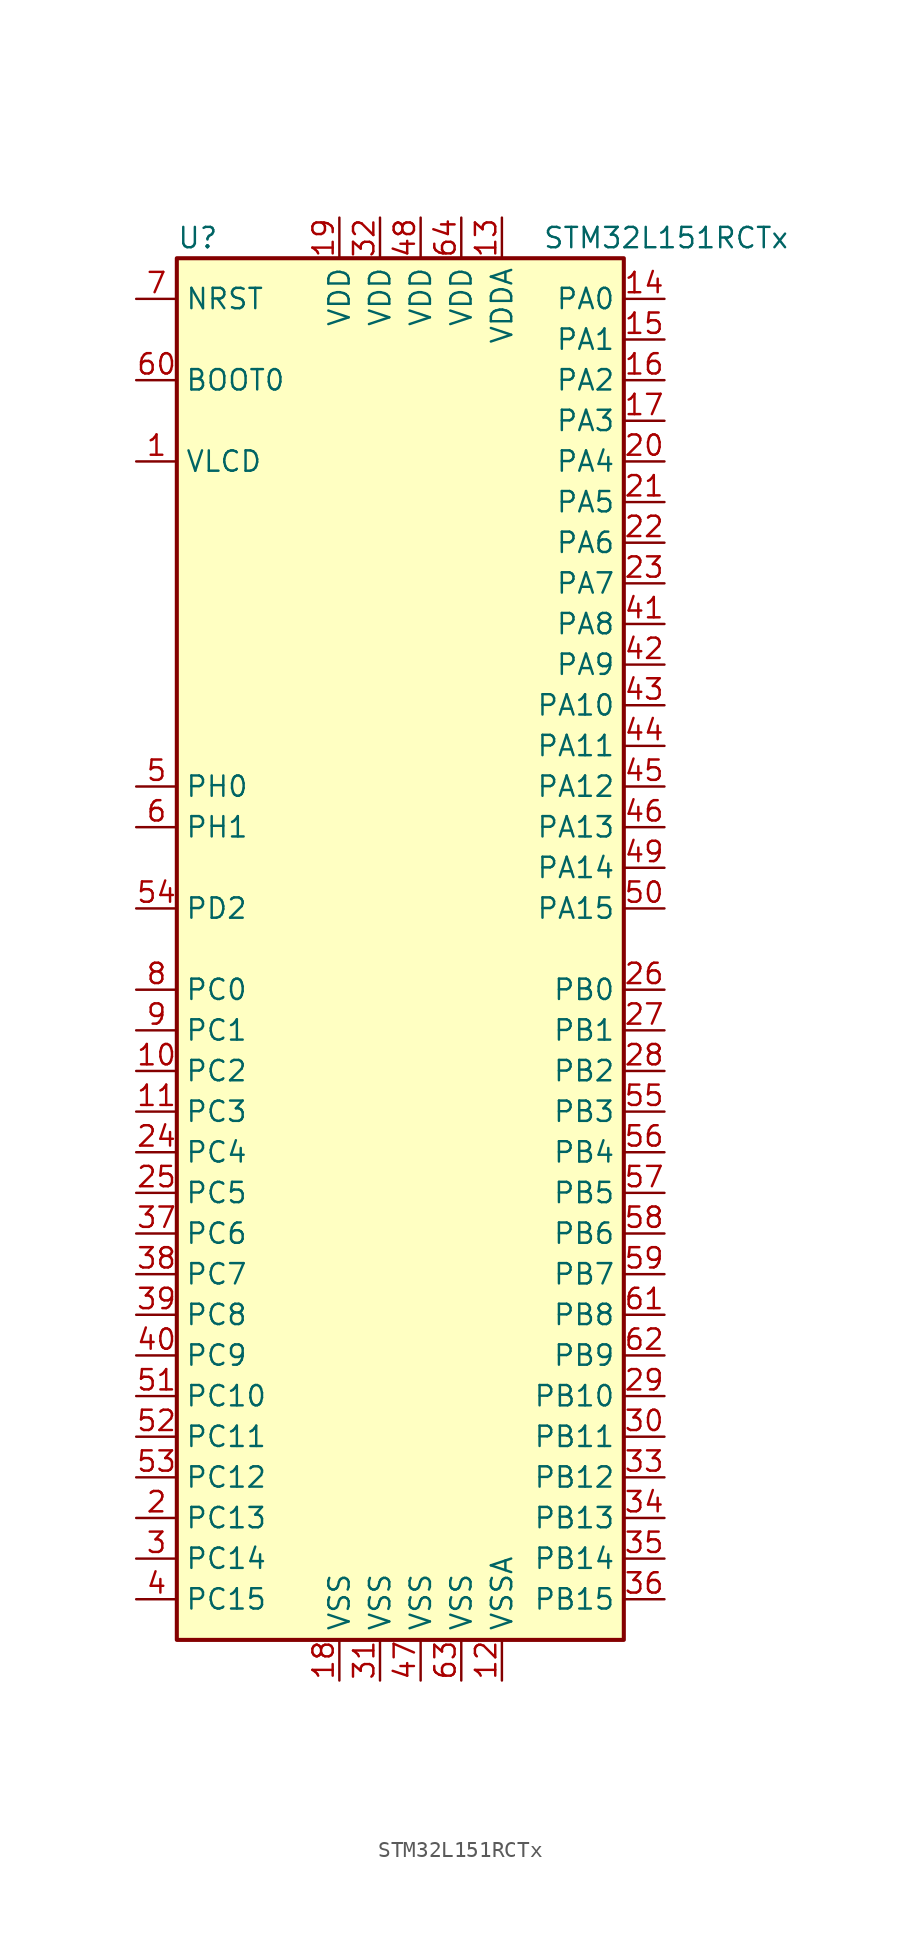
<source format=kicad_sym>
(kicad_symbol_lib
  (version 20201005)
  (generator kicad_symbol_editor)
  (symbol "STM32L151RCTx"
    (property "Reference" "U"
      (at -15.24 44.45 0)
      (effects (font (size 1.27 1.27)) (justify left)))
    (property "Value" "STM32L151RCTx"
      (at 7.62 44.45 0)
      (effects (font (size 1.27 1.27)) (justify left)))
    (symbol "STM32L151RCTx_0_1"
      (rectangle (start -15.24 -43.18) (end 12.7 43.18) (stroke (width 0.254)) (fill (type background))))
    (symbol "STM32L151RCTx_1_1"
      (pin input line (at -17.78 35.56 0) (length 2.54) (name "BOOT0" (effects (font (size 1.27 1.27)))) (number "60" (effects (font (size 1.27 1.27)))))
      (pin input line (at -17.78 40.64 0) (length 2.54) (name "NRST" (effects (font (size 1.27 1.27)))) (number "7" (effects (font (size 1.27 1.27)))))
      (pin bidirectional line (at 15.24 40.64 180) (length 2.54) (name "PA0" (effects (font (size 1.27 1.27)))) (number "14" (effects (font (size 1.27 1.27)))))
      (pin bidirectional line (at 15.24 38.1 180) (length 2.54) (name "PA1" (effects (font (size 1.27 1.27)))) (number "15" (effects (font (size 1.27 1.27)))))
      (pin bidirectional line (at 15.24 15.24 180) (length 2.54) (name "PA10" (effects (font (size 1.27 1.27)))) (number "43" (effects (font (size 1.27 1.27)))))
      (pin bidirectional line (at 15.24 12.7 180) (length 2.54) (name "PA11" (effects (font (size 1.27 1.27)))) (number "44" (effects (font (size 1.27 1.27)))))
      (pin bidirectional line (at 15.24 10.16 180) (length 2.54) (name "PA12" (effects (font (size 1.27 1.27)))) (number "45" (effects (font (size 1.27 1.27)))))
      (pin bidirectional line (at 15.24 7.62 180) (length 2.54) (name "PA13" (effects (font (size 1.27 1.27)))) (number "46" (effects (font (size 1.27 1.27)))))
      (pin bidirectional line (at 15.24 5.08 180) (length 2.54) (name "PA14" (effects (font (size 1.27 1.27)))) (number "49" (effects (font (size 1.27 1.27)))))
      (pin bidirectional line (at 15.24 2.54 180) (length 2.54) (name "PA15" (effects (font (size 1.27 1.27)))) (number "50" (effects (font (size 1.27 1.27)))))
      (pin bidirectional line (at 15.24 35.56 180) (length 2.54) (name "PA2" (effects (font (size 1.27 1.27)))) (number "16" (effects (font (size 1.27 1.27)))))
      (pin bidirectional line (at 15.24 33.02 180) (length 2.54) (name "PA3" (effects (font (size 1.27 1.27)))) (number "17" (effects (font (size 1.27 1.27)))))
      (pin bidirectional line (at 15.24 30.48 180) (length 2.54) (name "PA4" (effects (font (size 1.27 1.27)))) (number "20" (effects (font (size 1.27 1.27)))))
      (pin bidirectional line (at 15.24 27.94 180) (length 2.54) (name "PA5" (effects (font (size 1.27 1.27)))) (number "21" (effects (font (size 1.27 1.27)))))
      (pin bidirectional line (at 15.24 25.4 180) (length 2.54) (name "PA6" (effects (font (size 1.27 1.27)))) (number "22" (effects (font (size 1.27 1.27)))))
      (pin bidirectional line (at 15.24 22.86 180) (length 2.54) (name "PA7" (effects (font (size 1.27 1.27)))) (number "23" (effects (font (size 1.27 1.27)))))
      (pin bidirectional line (at 15.24 20.32 180) (length 2.54) (name "PA8" (effects (font (size 1.27 1.27)))) (number "41" (effects (font (size 1.27 1.27)))))
      (pin bidirectional line (at 15.24 17.78 180) (length 2.54) (name "PA9" (effects (font (size 1.27 1.27)))) (number "42" (effects (font (size 1.27 1.27)))))
      (pin bidirectional line (at 15.24 -2.54 180) (length 2.54) (name "PB0" (effects (font (size 1.27 1.27)))) (number "26" (effects (font (size 1.27 1.27)))))
      (pin bidirectional line (at 15.24 -5.08 180) (length 2.54) (name "PB1" (effects (font (size 1.27 1.27)))) (number "27" (effects (font (size 1.27 1.27)))))
      (pin bidirectional line (at 15.24 -27.94 180) (length 2.54) (name "PB10" (effects (font (size 1.27 1.27)))) (number "29" (effects (font (size 1.27 1.27)))))
      (pin bidirectional line (at 15.24 -30.48 180) (length 2.54) (name "PB11" (effects (font (size 1.27 1.27)))) (number "30" (effects (font (size 1.27 1.27)))))
      (pin bidirectional line (at 15.24 -33.02 180) (length 2.54) (name "PB12" (effects (font (size 1.27 1.27)))) (number "33" (effects (font (size 1.27 1.27)))))
      (pin bidirectional line (at 15.24 -35.56 180) (length 2.54) (name "PB13" (effects (font (size 1.27 1.27)))) (number "34" (effects (font (size 1.27 1.27)))))
      (pin bidirectional line (at 15.24 -38.1 180) (length 2.54) (name "PB14" (effects (font (size 1.27 1.27)))) (number "35" (effects (font (size 1.27 1.27)))))
      (pin bidirectional line (at 15.24 -40.64 180) (length 2.54) (name "PB15" (effects (font (size 1.27 1.27)))) (number "36" (effects (font (size 1.27 1.27)))))
      (pin bidirectional line (at 15.24 -7.62 180) (length 2.54) (name "PB2" (effects (font (size 1.27 1.27)))) (number "28" (effects (font (size 1.27 1.27)))))
      (pin bidirectional line (at 15.24 -10.16 180) (length 2.54) (name "PB3" (effects (font (size 1.27 1.27)))) (number "55" (effects (font (size 1.27 1.27)))))
      (pin bidirectional line (at 15.24 -12.7 180) (length 2.54) (name "PB4" (effects (font (size 1.27 1.27)))) (number "56" (effects (font (size 1.27 1.27)))))
      (pin bidirectional line (at 15.24 -15.24 180) (length 2.54) (name "PB5" (effects (font (size 1.27 1.27)))) (number "57" (effects (font (size 1.27 1.27)))))
      (pin bidirectional line (at 15.24 -17.78 180) (length 2.54) (name "PB6" (effects (font (size 1.27 1.27)))) (number "58" (effects (font (size 1.27 1.27)))))
      (pin bidirectional line (at 15.24 -20.32 180) (length 2.54) (name "PB7" (effects (font (size 1.27 1.27)))) (number "59" (effects (font (size 1.27 1.27)))))
      (pin bidirectional line (at 15.24 -22.86 180) (length 2.54) (name "PB8" (effects (font (size 1.27 1.27)))) (number "61" (effects (font (size 1.27 1.27)))))
      (pin bidirectional line (at 15.24 -25.4 180) (length 2.54) (name "PB9" (effects (font (size 1.27 1.27)))) (number "62" (effects (font (size 1.27 1.27)))))
      (pin bidirectional line (at -17.78 -2.54 0) (length 2.54) (name "PC0" (effects (font (size 1.27 1.27)))) (number "8" (effects (font (size 1.27 1.27)))))
      (pin bidirectional line (at -17.78 -5.08 0) (length 2.54) (name "PC1" (effects (font (size 1.27 1.27)))) (number "9" (effects (font (size 1.27 1.27)))))
      (pin bidirectional line (at -17.78 -27.94 0) (length 2.54) (name "PC10" (effects (font (size 1.27 1.27)))) (number "51" (effects (font (size 1.27 1.27)))))
      (pin bidirectional line (at -17.78 -30.48 0) (length 2.54) (name "PC11" (effects (font (size 1.27 1.27)))) (number "52" (effects (font (size 1.27 1.27)))))
      (pin bidirectional line (at -17.78 -33.02 0) (length 2.54) (name "PC12" (effects (font (size 1.27 1.27)))) (number "53" (effects (font (size 1.27 1.27)))))
      (pin bidirectional line (at -17.78 -35.56 0) (length 2.54) (name "PC13" (effects (font (size 1.27 1.27)))) (number "2" (effects (font (size 1.27 1.27)))))
      (pin bidirectional line (at -17.78 -38.1 0) (length 2.54) (name "PC14" (effects (font (size 1.27 1.27)))) (number "3" (effects (font (size 1.27 1.27)))))
      (pin bidirectional line (at -17.78 -40.64 0) (length 2.54) (name "PC15" (effects (font (size 1.27 1.27)))) (number "4" (effects (font (size 1.27 1.27)))))
      (pin bidirectional line (at -17.78 -7.62 0) (length 2.54) (name "PC2" (effects (font (size 1.27 1.27)))) (number "10" (effects (font (size 1.27 1.27)))))
      (pin bidirectional line (at -17.78 -10.16 0) (length 2.54) (name "PC3" (effects (font (size 1.27 1.27)))) (number "11" (effects (font (size 1.27 1.27)))))
      (pin bidirectional line (at -17.78 -12.7 0) (length 2.54) (name "PC4" (effects (font (size 1.27 1.27)))) (number "24" (effects (font (size 1.27 1.27)))))
      (pin bidirectional line (at -17.78 -15.24 0) (length 2.54) (name "PC5" (effects (font (size 1.27 1.27)))) (number "25" (effects (font (size 1.27 1.27)))))
      (pin bidirectional line (at -17.78 -17.78 0) (length 2.54) (name "PC6" (effects (font (size 1.27 1.27)))) (number "37" (effects (font (size 1.27 1.27)))))
      (pin bidirectional line (at -17.78 -20.32 0) (length 2.54) (name "PC7" (effects (font (size 1.27 1.27)))) (number "38" (effects (font (size 1.27 1.27)))))
      (pin bidirectional line (at -17.78 -22.86 0) (length 2.54) (name "PC8" (effects (font (size 1.27 1.27)))) (number "39" (effects (font (size 1.27 1.27)))))
      (pin bidirectional line (at -17.78 -25.4 0) (length 2.54) (name "PC9" (effects (font (size 1.27 1.27)))) (number "40" (effects (font (size 1.27 1.27)))))
      (pin bidirectional line (at -17.78 2.54 0) (length 2.54) (name "PD2" (effects (font (size 1.27 1.27)))) (number "54" (effects (font (size 1.27 1.27)))))
      (pin input line (at -17.78 10.16 0) (length 2.54) (name "PH0" (effects (font (size 1.27 1.27)))) (number "5" (effects (font (size 1.27 1.27)))))
      (pin input line (at -17.78 7.62 0) (length 2.54) (name "PH1" (effects (font (size 1.27 1.27)))) (number "6" (effects (font (size 1.27 1.27)))))
      (pin power_in line (at -5.08 45.72 270) (length 2.54) (name "VDD" (effects (font (size 1.27 1.27)))) (number "19" (effects (font (size 1.27 1.27)))))
      (pin power_in line (at -2.54 45.72 270) (length 2.54) (name "VDD" (effects (font (size 1.27 1.27)))) (number "32" (effects (font (size 1.27 1.27)))))
      (pin power_in line (at 0 45.72 270) (length 2.54) (name "VDD" (effects (font (size 1.27 1.27)))) (number "48" (effects (font (size 1.27 1.27)))))
      (pin power_in line (at 2.54 45.72 270) (length 2.54) (name "VDD" (effects (font (size 1.27 1.27)))) (number "64" (effects (font (size 1.27 1.27)))))
      (pin power_in line (at 5.08 45.72 270) (length 2.54) (name "VDDA" (effects (font (size 1.27 1.27)))) (number "13" (effects (font (size 1.27 1.27)))))
      (pin power_in line (at -17.78 30.48 0) (length 2.54) (name "VLCD" (effects (font (size 1.27 1.27)))) (number "1" (effects (font (size 1.27 1.27)))))
      (pin power_in line (at -5.08 -45.72 90) (length 2.54) (name "VSS" (effects (font (size 1.27 1.27)))) (number "18" (effects (font (size 1.27 1.27)))))
      (pin power_in line (at -2.54 -45.72 90) (length 2.54) (name "VSS" (effects (font (size 1.27 1.27)))) (number "31" (effects (font (size 1.27 1.27)))))
      (pin power_in line (at 0 -45.72 90) (length 2.54) (name "VSS" (effects (font (size 1.27 1.27)))) (number "47" (effects (font (size 1.27 1.27)))))
      (pin power_in line (at 2.54 -45.72 90) (length 2.54) (name "VSS" (effects (font (size 1.27 1.27)))) (number "63" (effects (font (size 1.27 1.27)))))
      (pin power_in line (at 5.08 -45.72 90) (length 2.54) (name "VSSA" (effects (font (size 1.27 1.27)))) (number "12" (effects (font (size 1.27 1.27))))))))
</source>
